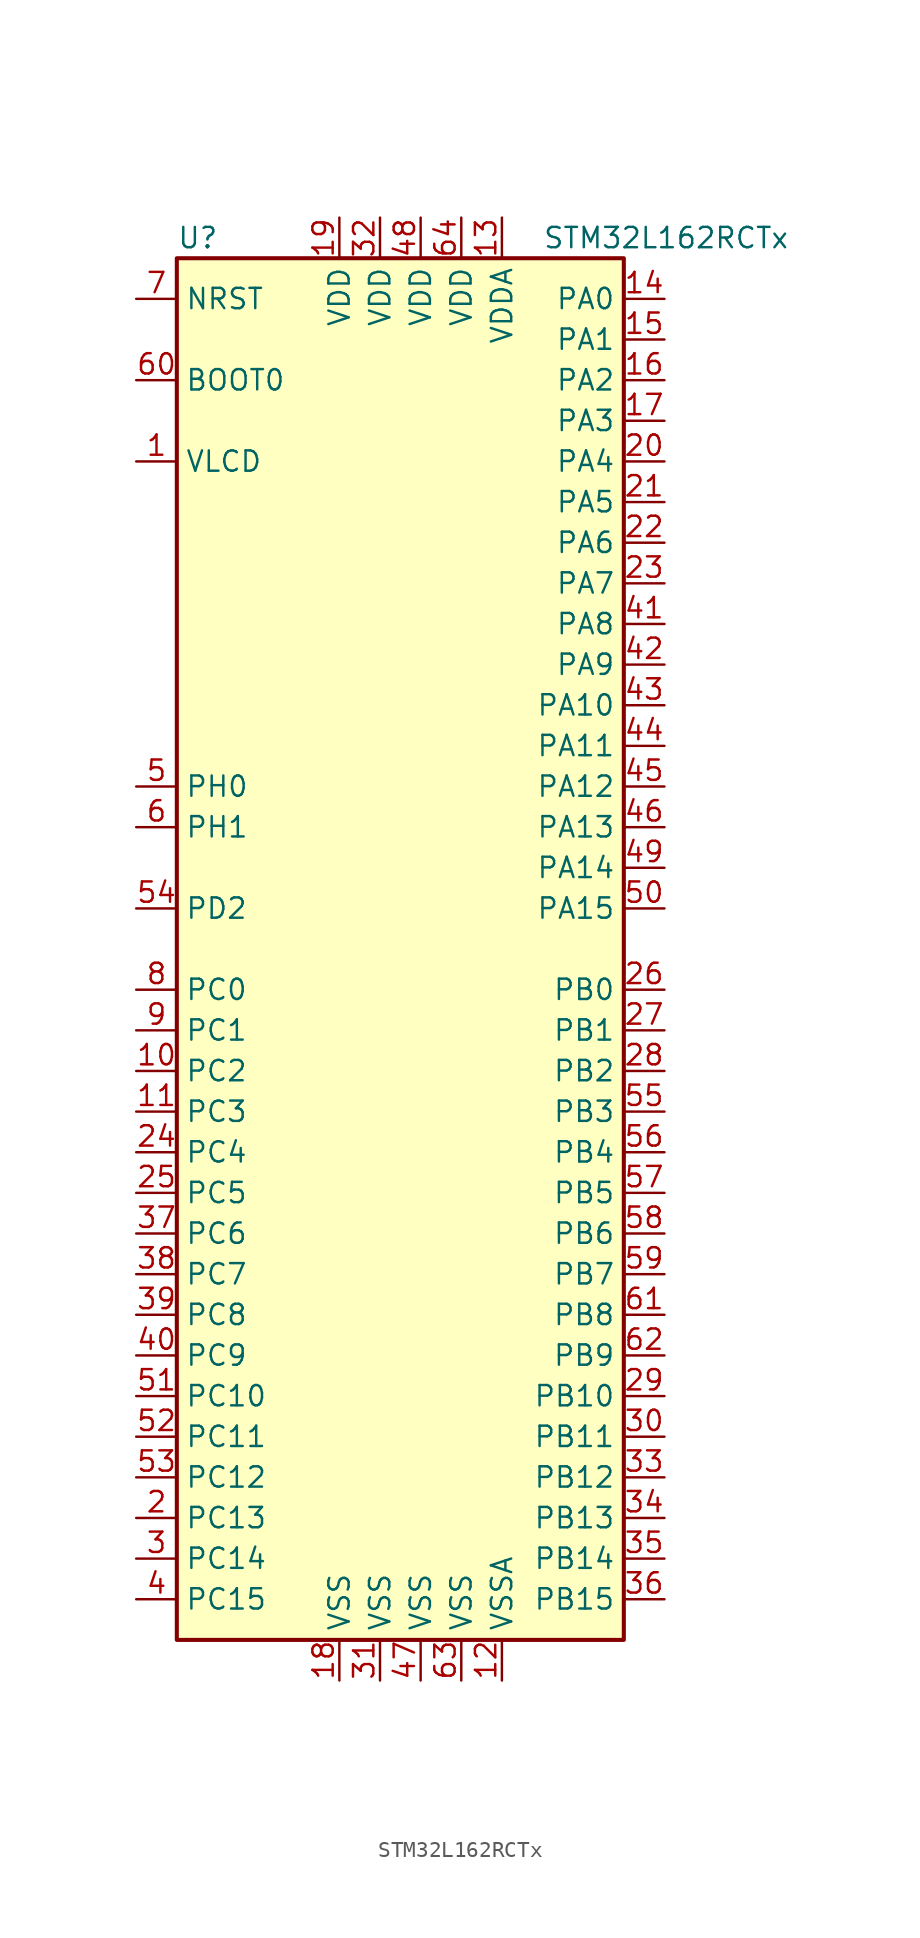
<source format=kicad_sym>
(kicad_symbol_lib
  (version 20211014)
  (generator kicad_symbol_editor)
  (symbol "STM32L162RCTx"
    (property "Reference" "U"
      (at -15.24 44.45 0)
      (effects (font (size 1.27 1.27)) (justify left)))
    (property "Value" "STM32L162RCTx"
      (at 7.62 44.45 0)
      (effects (font (size 1.27 1.27)) (justify left)))
    (symbol "STM32L162RCTx_0_1"
      (rectangle (start -15.24 -43.18) (end 12.7 43.18) (stroke (width 0.254) (type default) (color 0 0 0 0)) (fill (type background))))
    (symbol "STM32L162RCTx_1_1"
      (pin power_in line (at -17.78 30.48 0) (length 2.54) (name "VLCD" (effects (font (size 1.27 1.27)))) (number "1" (effects (font (size 1.27 1.27)))))
      (pin bidirectional line (at -17.78 -7.62 0) (length 2.54) (name "PC2" (effects (font (size 1.27 1.27)))) (number "10" (effects (font (size 1.27 1.27)))))
      (pin bidirectional line (at -17.78 -10.16 0) (length 2.54) (name "PC3" (effects (font (size 1.27 1.27)))) (number "11" (effects (font (size 1.27 1.27)))))
      (pin power_in line (at 5.08 -45.72 90) (length 2.54) (name "VSSA" (effects (font (size 1.27 1.27)))) (number "12" (effects (font (size 1.27 1.27)))))
      (pin power_in line (at 5.08 45.72 270) (length 2.54) (name "VDDA" (effects (font (size 1.27 1.27)))) (number "13" (effects (font (size 1.27 1.27)))))
      (pin bidirectional line (at 15.24 40.64 180) (length 2.54) (name "PA0" (effects (font (size 1.27 1.27)))) (number "14" (effects (font (size 1.27 1.27)))))
      (pin bidirectional line (at 15.24 38.1 180) (length 2.54) (name "PA1" (effects (font (size 1.27 1.27)))) (number "15" (effects (font (size 1.27 1.27)))))
      (pin bidirectional line (at 15.24 35.56 180) (length 2.54) (name "PA2" (effects (font (size 1.27 1.27)))) (number "16" (effects (font (size 1.27 1.27)))))
      (pin bidirectional line (at 15.24 33.02 180) (length 2.54) (name "PA3" (effects (font (size 1.27 1.27)))) (number "17" (effects (font (size 1.27 1.27)))))
      (pin power_in line (at -5.08 -45.72 90) (length 2.54) (name "VSS" (effects (font (size 1.27 1.27)))) (number "18" (effects (font (size 1.27 1.27)))))
      (pin power_in line (at -5.08 45.72 270) (length 2.54) (name "VDD" (effects (font (size 1.27 1.27)))) (number "19" (effects (font (size 1.27 1.27)))))
      (pin bidirectional line (at -17.78 -35.56 0) (length 2.54) (name "PC13" (effects (font (size 1.27 1.27)))) (number "2" (effects (font (size 1.27 1.27)))))
      (pin bidirectional line (at 15.24 30.48 180) (length 2.54) (name "PA4" (effects (font (size 1.27 1.27)))) (number "20" (effects (font (size 1.27 1.27)))))
      (pin bidirectional line (at 15.24 27.94 180) (length 2.54) (name "PA5" (effects (font (size 1.27 1.27)))) (number "21" (effects (font (size 1.27 1.27)))))
      (pin bidirectional line (at 15.24 25.4 180) (length 2.54) (name "PA6" (effects (font (size 1.27 1.27)))) (number "22" (effects (font (size 1.27 1.27)))))
      (pin bidirectional line (at 15.24 22.86 180) (length 2.54) (name "PA7" (effects (font (size 1.27 1.27)))) (number "23" (effects (font (size 1.27 1.27)))))
      (pin bidirectional line (at -17.78 -12.7 0) (length 2.54) (name "PC4" (effects (font (size 1.27 1.27)))) (number "24" (effects (font (size 1.27 1.27)))))
      (pin bidirectional line (at -17.78 -15.24 0) (length 2.54) (name "PC5" (effects (font (size 1.27 1.27)))) (number "25" (effects (font (size 1.27 1.27)))))
      (pin bidirectional line (at 15.24 -2.54 180) (length 2.54) (name "PB0" (effects (font (size 1.27 1.27)))) (number "26" (effects (font (size 1.27 1.27)))))
      (pin bidirectional line (at 15.24 -5.08 180) (length 2.54) (name "PB1" (effects (font (size 1.27 1.27)))) (number "27" (effects (font (size 1.27 1.27)))))
      (pin bidirectional line (at 15.24 -7.62 180) (length 2.54) (name "PB2" (effects (font (size 1.27 1.27)))) (number "28" (effects (font (size 1.27 1.27)))))
      (pin bidirectional line (at 15.24 -27.94 180) (length 2.54) (name "PB10" (effects (font (size 1.27 1.27)))) (number "29" (effects (font (size 1.27 1.27)))))
      (pin bidirectional line (at -17.78 -38.1 0) (length 2.54) (name "PC14" (effects (font (size 1.27 1.27)))) (number "3" (effects (font (size 1.27 1.27)))))
      (pin bidirectional line (at 15.24 -30.48 180) (length 2.54) (name "PB11" (effects (font (size 1.27 1.27)))) (number "30" (effects (font (size 1.27 1.27)))))
      (pin power_in line (at -2.54 -45.72 90) (length 2.54) (name "VSS" (effects (font (size 1.27 1.27)))) (number "31" (effects (font (size 1.27 1.27)))))
      (pin power_in line (at -2.54 45.72 270) (length 2.54) (name "VDD" (effects (font (size 1.27 1.27)))) (number "32" (effects (font (size 1.27 1.27)))))
      (pin bidirectional line (at 15.24 -33.02 180) (length 2.54) (name "PB12" (effects (font (size 1.27 1.27)))) (number "33" (effects (font (size 1.27 1.27)))))
      (pin bidirectional line (at 15.24 -35.56 180) (length 2.54) (name "PB13" (effects (font (size 1.27 1.27)))) (number "34" (effects (font (size 1.27 1.27)))))
      (pin bidirectional line (at 15.24 -38.1 180) (length 2.54) (name "PB14" (effects (font (size 1.27 1.27)))) (number "35" (effects (font (size 1.27 1.27)))))
      (pin bidirectional line (at 15.24 -40.64 180) (length 2.54) (name "PB15" (effects (font (size 1.27 1.27)))) (number "36" (effects (font (size 1.27 1.27)))))
      (pin bidirectional line (at -17.78 -17.78 0) (length 2.54) (name "PC6" (effects (font (size 1.27 1.27)))) (number "37" (effects (font (size 1.27 1.27)))))
      (pin bidirectional line (at -17.78 -20.32 0) (length 2.54) (name "PC7" (effects (font (size 1.27 1.27)))) (number "38" (effects (font (size 1.27 1.27)))))
      (pin bidirectional line (at -17.78 -22.86 0) (length 2.54) (name "PC8" (effects (font (size 1.27 1.27)))) (number "39" (effects (font (size 1.27 1.27)))))
      (pin bidirectional line (at -17.78 -40.64 0) (length 2.54) (name "PC15" (effects (font (size 1.27 1.27)))) (number "4" (effects (font (size 1.27 1.27)))))
      (pin bidirectional line (at -17.78 -25.4 0) (length 2.54) (name "PC9" (effects (font (size 1.27 1.27)))) (number "40" (effects (font (size 1.27 1.27)))))
      (pin bidirectional line (at 15.24 20.32 180) (length 2.54) (name "PA8" (effects (font (size 1.27 1.27)))) (number "41" (effects (font (size 1.27 1.27)))))
      (pin bidirectional line (at 15.24 17.78 180) (length 2.54) (name "PA9" (effects (font (size 1.27 1.27)))) (number "42" (effects (font (size 1.27 1.27)))))
      (pin bidirectional line (at 15.24 15.24 180) (length 2.54) (name "PA10" (effects (font (size 1.27 1.27)))) (number "43" (effects (font (size 1.27 1.27)))))
      (pin bidirectional line (at 15.24 12.7 180) (length 2.54) (name "PA11" (effects (font (size 1.27 1.27)))) (number "44" (effects (font (size 1.27 1.27)))))
      (pin bidirectional line (at 15.24 10.16 180) (length 2.54) (name "PA12" (effects (font (size 1.27 1.27)))) (number "45" (effects (font (size 1.27 1.27)))))
      (pin bidirectional line (at 15.24 7.62 180) (length 2.54) (name "PA13" (effects (font (size 1.27 1.27)))) (number "46" (effects (font (size 1.27 1.27)))))
      (pin power_in line (at 0 -45.72 90) (length 2.54) (name "VSS" (effects (font (size 1.27 1.27)))) (number "47" (effects (font (size 1.27 1.27)))))
      (pin power_in line (at 0 45.72 270) (length 2.54) (name "VDD" (effects (font (size 1.27 1.27)))) (number "48" (effects (font (size 1.27 1.27)))))
      (pin bidirectional line (at 15.24 5.08 180) (length 2.54) (name "PA14" (effects (font (size 1.27 1.27)))) (number "49" (effects (font (size 1.27 1.27)))))
      (pin input line (at -17.78 10.16 0) (length 2.54) (name "PH0" (effects (font (size 1.27 1.27)))) (number "5" (effects (font (size 1.27 1.27)))))
      (pin bidirectional line (at 15.24 2.54 180) (length 2.54) (name "PA15" (effects (font (size 1.27 1.27)))) (number "50" (effects (font (size 1.27 1.27)))))
      (pin bidirectional line (at -17.78 -27.94 0) (length 2.54) (name "PC10" (effects (font (size 1.27 1.27)))) (number "51" (effects (font (size 1.27 1.27)))))
      (pin bidirectional line (at -17.78 -30.48 0) (length 2.54) (name "PC11" (effects (font (size 1.27 1.27)))) (number "52" (effects (font (size 1.27 1.27)))))
      (pin bidirectional line (at -17.78 -33.02 0) (length 2.54) (name "PC12" (effects (font (size 1.27 1.27)))) (number "53" (effects (font (size 1.27 1.27)))))
      (pin bidirectional line (at -17.78 2.54 0) (length 2.54) (name "PD2" (effects (font (size 1.27 1.27)))) (number "54" (effects (font (size 1.27 1.27)))))
      (pin bidirectional line (at 15.24 -10.16 180) (length 2.54) (name "PB3" (effects (font (size 1.27 1.27)))) (number "55" (effects (font (size 1.27 1.27)))))
      (pin bidirectional line (at 15.24 -12.7 180) (length 2.54) (name "PB4" (effects (font (size 1.27 1.27)))) (number "56" (effects (font (size 1.27 1.27)))))
      (pin bidirectional line (at 15.24 -15.24 180) (length 2.54) (name "PB5" (effects (font (size 1.27 1.27)))) (number "57" (effects (font (size 1.27 1.27)))))
      (pin bidirectional line (at 15.24 -17.78 180) (length 2.54) (name "PB6" (effects (font (size 1.27 1.27)))) (number "58" (effects (font (size 1.27 1.27)))))
      (pin bidirectional line (at 15.24 -20.32 180) (length 2.54) (name "PB7" (effects (font (size 1.27 1.27)))) (number "59" (effects (font (size 1.27 1.27)))))
      (pin input line (at -17.78 7.62 0) (length 2.54) (name "PH1" (effects (font (size 1.27 1.27)))) (number "6" (effects (font (size 1.27 1.27)))))
      (pin input line (at -17.78 35.56 0) (length 2.54) (name "BOOT0" (effects (font (size 1.27 1.27)))) (number "60" (effects (font (size 1.27 1.27)))))
      (pin bidirectional line (at 15.24 -22.86 180) (length 2.54) (name "PB8" (effects (font (size 1.27 1.27)))) (number "61" (effects (font (size 1.27 1.27)))))
      (pin bidirectional line (at 15.24 -25.4 180) (length 2.54) (name "PB9" (effects (font (size 1.27 1.27)))) (number "62" (effects (font (size 1.27 1.27)))))
      (pin power_in line (at 2.54 -45.72 90) (length 2.54) (name "VSS" (effects (font (size 1.27 1.27)))) (number "63" (effects (font (size 1.27 1.27)))))
      (pin power_in line (at 2.54 45.72 270) (length 2.54) (name "VDD" (effects (font (size 1.27 1.27)))) (number "64" (effects (font (size 1.27 1.27)))))
      (pin input line (at -17.78 40.64 0) (length 2.54) (name "NRST" (effects (font (size 1.27 1.27)))) (number "7" (effects (font (size 1.27 1.27)))))
      (pin bidirectional line (at -17.78 -2.54 0) (length 2.54) (name "PC0" (effects (font (size 1.27 1.27)))) (number "8" (effects (font (size 1.27 1.27)))))
      (pin bidirectional line (at -17.78 -5.08 0) (length 2.54) (name "PC1" (effects (font (size 1.27 1.27)))) (number "9" (effects (font (size 1.27 1.27))))))))
</source>
